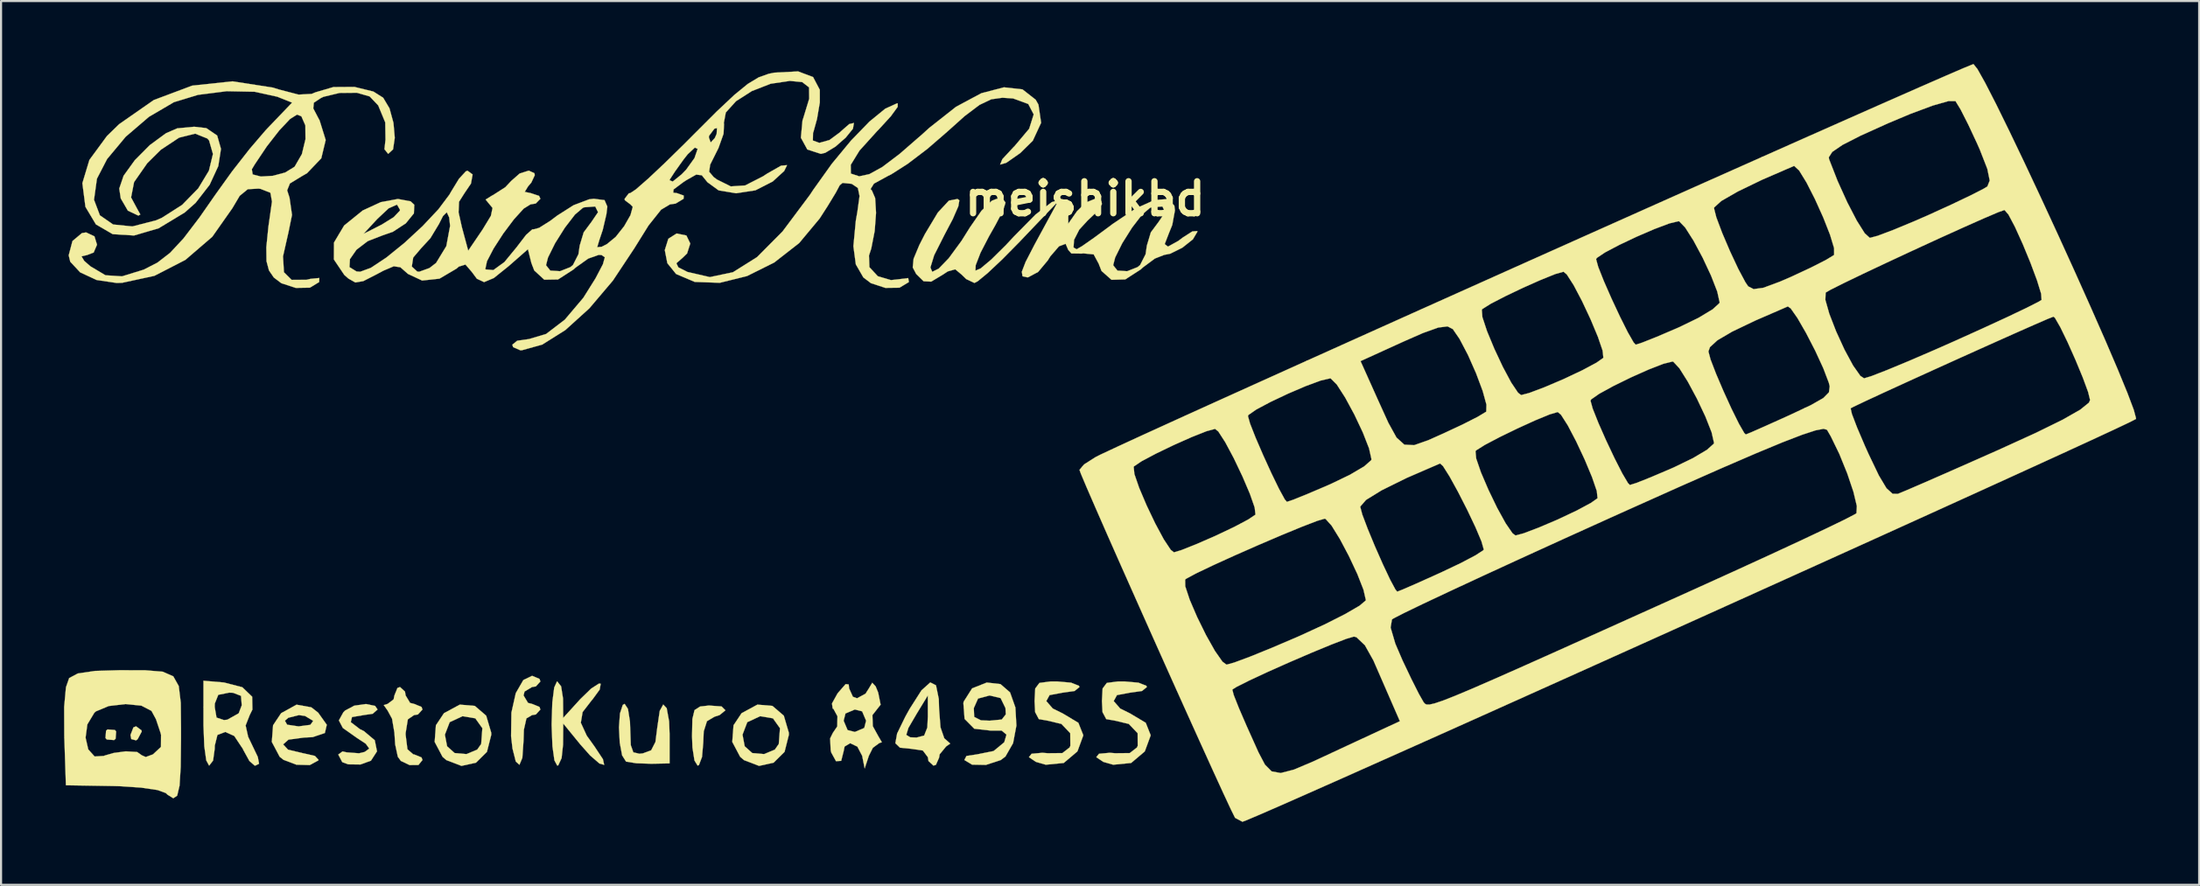
<source format=kicad_pcb>
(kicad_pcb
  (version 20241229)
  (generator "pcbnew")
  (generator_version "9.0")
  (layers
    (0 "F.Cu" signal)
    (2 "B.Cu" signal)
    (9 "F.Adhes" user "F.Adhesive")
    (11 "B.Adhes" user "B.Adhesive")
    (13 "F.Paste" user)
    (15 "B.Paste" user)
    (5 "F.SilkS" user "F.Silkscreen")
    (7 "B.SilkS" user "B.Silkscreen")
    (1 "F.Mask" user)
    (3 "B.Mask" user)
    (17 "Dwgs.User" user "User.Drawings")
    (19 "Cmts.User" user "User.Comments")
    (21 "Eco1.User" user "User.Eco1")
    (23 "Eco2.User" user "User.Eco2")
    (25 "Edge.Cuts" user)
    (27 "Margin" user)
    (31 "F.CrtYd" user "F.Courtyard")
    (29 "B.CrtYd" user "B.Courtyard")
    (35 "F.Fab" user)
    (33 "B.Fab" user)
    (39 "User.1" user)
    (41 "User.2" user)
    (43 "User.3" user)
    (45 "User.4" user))
  (footprint "meishikbd"
    (layer "F.Cu")
    (at 48.615 6.419)
    (property "Reference" "meishikbd" (at 0 0 0) (layer "F.SilkS") (effects (font (size 1.524 1.524) (thickness 0.3))))
    (attr through_hole)
    (fp_poly (pts (xy -46.195 25.307) (xy -46.135 25.377) (xy -46.162 25.727) (xy -46.232 25.787) (xy -46.581 25.76) (xy -46.642 25.69) (xy -46.615 25.341) (xy -46.545 25.28) (xy -46.195 25.307)) (stroke (width 0.01) (type solid)) (fill yes) (layer "F.SilkS"))
    (fp_poly (pts (xy -44.926 25.325) (xy -44.918 25.384) (xy -45.112 25.746) (xy -45.185 25.801) (xy -45.414 25.74) (xy -45.453 25.549) (xy -45.313 25.184) (xy -45.185 25.133) (xy -44.926 25.325)) (stroke (width 0.01) (type solid)) (fill yes) (layer "F.SilkS"))
    (fp_poly (pts (xy -17.311 24.185) (xy -17.124 24.368) (xy -17.399 24.594) (xy -17.646 24.675) (xy -18.004 24.887) (xy -18.158 25.374) (xy -18.181 25.91) (xy -18.239 26.589) (xy -18.384 26.972) (xy -18.448 27.004) (xy -18.598 26.763) (xy -18.695 26.144) (xy -18.715 25.601) (xy -18.698 24.783) (xy -18.596 24.359) (xy -18.332 24.19) (xy -17.913 24.141) (xy -17.311 24.185)) (stroke (width 0.01) (type solid)) (fill yes) (layer "F.SilkS"))
    (fp_poly (pts (xy -25.978 22.873) (xy -25.935 22.994) (xy -26.151 23.231) (xy -26.336 23.261) (xy -26.69 23.475) (xy -26.737 23.662) (xy -26.523 24.017) (xy -26.336 24.063) (xy -25.98 24.208) (xy -25.935 24.331) (xy -26.151 24.568) (xy -26.336 24.598) (xy -26.6 24.755) (xy -26.721 25.291) (xy -26.737 25.801) (xy -26.794 26.634) (xy -26.933 26.965) (xy -27.106 26.81) (xy -27.264 26.186) (xy -27.331 25.601) (xy -27.315 24.48) (xy -27.107 23.55) (xy -26.748 22.928) (xy -26.329 22.726) (xy -25.978 22.873)) (stroke (width 0.01) (type solid)) (fill yes) (layer "F.SilkS"))
    (fp_poly (pts (xy -29.058 24.159) (xy -28.516 24.625) (xy -28.276 25.437) (xy -28.274 25.534) (xy -28.48 26.348) (xy -29.001 26.864) (xy -29.694 27.017) (xy -30.413 26.741) (xy -30.595 26.584) (xy -30.969 25.875) (xy -30.943 25.53) (xy -30.483 25.53) (xy -30.377 26.084) (xy -30.016 26.407) (xy -29.455 26.455) (xy -28.944 26.243) (xy -28.754 25.972) (xy -28.698 25.222) (xy -29.033 24.752) (xy -29.643 24.65) (xy -30.254 24.935) (xy -30.483 25.53) (xy -30.943 25.53) (xy -30.91 25.082) (xy -30.526 24.506) (xy -29.772 24.099) (xy -29.058 24.159)) (stroke (width 0.01) (type solid)) (fill yes) (layer "F.SilkS"))
    (fp_poly (pts (xy -21.766 24.302) (xy -21.67 24.908) (xy -21.657 25.285) (xy -21.631 26.03) (xy -21.509 26.371) (xy -21.22 26.439) (xy -21.055 26.421) (xy -20.66 26.273) (xy -20.457 25.876) (xy -20.371 25.199) (xy -20.253 24.396) (xy -20.086 24.093) (xy -19.921 24.268) (xy -19.807 24.895) (xy -19.785 25.481) (xy -19.785 26.898) (xy -20.654 26.915) (xy -21.365 26.892) (xy -21.856 26.813) (xy -21.857 26.812) (xy -22.044 26.515) (xy -22.157 25.909) (xy -22.193 25.181) (xy -22.146 24.52) (xy -22.013 24.113) (xy -21.924 24.063) (xy -21.766 24.302)) (stroke (width 0.01) (type solid)) (fill yes) (layer "F.SilkS"))
    (fp_poly (pts (xy -14.888 24.159) (xy -14.345 24.625) (xy -14.106 25.437) (xy -14.104 25.534) (xy -14.309 26.348) (xy -14.831 26.864) (xy -15.523 27.017) (xy -16.243 26.741) (xy -16.424 26.584) (xy -16.799 25.875) (xy -16.773 25.53) (xy -16.312 25.53) (xy -16.207 26.084) (xy -15.845 26.407) (xy -15.285 26.455) (xy -14.773 26.243) (xy -14.584 25.972) (xy -14.527 25.222) (xy -14.862 24.752) (xy -15.472 24.65) (xy -16.084 24.935) (xy -16.312 25.53) (xy -16.773 25.53) (xy -16.739 25.082) (xy -16.355 24.506) (xy -15.602 24.099) (xy -14.888 24.159)) (stroke (width 0.01) (type solid)) (fill yes) (layer "F.SilkS"))
    (fp_poly (pts (xy -33.805 24.159) (xy -33.688 24.331) (xy -33.917 24.532) (xy -34.357 24.598) (xy -34.906 24.691) (xy -34.963 24.933) (xy -34.529 25.266) (xy -34.339 25.36) (xy -33.821 25.796) (xy -33.715 26.324) (xy -34.003 26.769) (xy -34.501 26.95) (xy -35.085 26.943) (xy -35.369 26.838) (xy -35.559 26.477) (xy -35.355 26.328) (xy -35.159 26.373) (xy -34.569 26.417) (xy -34.305 26.353) (xy -34.083 26.193) (xy -34.25 25.962) (xy -34.706 25.66) (xy -35.342 25.21) (xy -35.53 24.85) (xy -35.319 24.467) (xy -35.239 24.384) (xy -34.796 24.148) (xy -34.243 24.07) (xy -33.805 24.159)) (stroke (width 0.01) (type solid)) (fill yes) (layer "F.SilkS"))
    (fp_poly (pts (xy -32.382 23.478) (xy -32.352 23.662) (xy -32.138 24.017) (xy -31.951 24.063) (xy -31.595 24.208) (xy -31.549 24.331) (xy -31.766 24.568) (xy -31.951 24.598) (xy -32.247 24.801) (xy -32.351 25.448) (xy -32.352 25.534) (xy -32.265 26.226) (xy -31.987 26.468) (xy -31.951 26.469) (xy -31.595 26.614) (xy -31.549 26.737) (xy -31.742 26.974) (xy -32.164 26.978) (xy -32.579 26.78) (xy -32.724 26.581) (xy -32.849 25.995) (xy -32.886 25.432) (xy -32.998 24.77) (xy -33.207 24.384) (xy -33.393 24.119) (xy -33.207 24.063) (xy -32.923 23.848) (xy -32.886 23.662) (xy -32.742 23.306) (xy -32.619 23.261) (xy -32.382 23.478)) (stroke (width 0.01) (type solid)) (fill yes) (layer "F.SilkS"))
    (fp_poly (pts (xy -24.948 23.228) (xy -24.859 23.797) (xy -24.857 23.863) (xy -24.85 24.732) (xy -24.036 23.837) (xy -23.521 23.337) (xy -23.15 23.097) (xy -23.063 23.103) (xy -23.113 23.384) (xy -23.451 23.847) (xy -23.483 23.881) (xy -23.925 24.453) (xy -24.01 24.962) (xy -23.728 25.577) (xy -23.363 26.086) (xy -22.958 26.697) (xy -22.898 26.968) (xy -23.122 26.905) (xy -23.569 26.518) (xy -24.028 26.002) (xy -24.847 24.999) (xy -24.856 26.002) (xy -24.925 26.646) (xy -25.084 26.988) (xy -25.133 27.004) (xy -25.267 26.755) (xy -25.361 26.082) (xy -25.4 25.093) (xy -25.4 24.999) (xy -25.367 23.989) (xy -25.277 23.284) (xy -25.145 22.996) (xy -25.133 22.994) (xy -24.948 23.228)) (stroke (width 0.01) (type solid)) (fill yes) (layer "F.SilkS"))
    (fp_poly (pts (xy -0.667 23.053) (xy -0.295 23.201) (xy -0.267 23.261) (xy -0.5 23.449) (xy -1.059 23.528) (xy -1.069 23.528) (xy -1.691 23.645) (xy -1.847 23.929) (xy -1.538 24.285) (xy -1.07 24.516) (xy -0.32 24.965) (xy -0.084 25.56) (xy -0.358 26.308) (xy -0.378 26.338) (xy -1.017 26.878) (xy -1.871 26.961) (xy -2.339 26.827) (xy -2.674 26.602) (xy -2.548 26.44) (xy -2.034 26.393) (xy -1.776 26.414) (xy -1.082 26.407) (xy -0.738 26.14) (xy -0.702 26.059) (xy -0.707 25.461) (xy -1.126 25.019) (xy -1.771 24.865) (xy -2.202 24.789) (xy -2.378 24.457) (xy -2.406 23.929) (xy -2.374 23.33) (xy -2.174 23.064) (xy -1.652 22.996) (xy -1.337 22.994) (xy -0.667 23.053)) (stroke (width 0.01) (type solid)) (fill yes) (layer "F.SilkS"))
    (fp_poly (pts (xy 2.541 23.053) (xy 2.914 23.201) (xy 2.941 23.261) (xy 2.709 23.449) (xy 2.149 23.528) (xy 2.139 23.528) (xy 1.518 23.645) (xy 1.362 23.929) (xy 1.671 24.285) (xy 2.138 24.516) (xy 2.888 24.965) (xy 3.124 25.56) (xy 2.85 26.308) (xy 2.831 26.338) (xy 2.192 26.878) (xy 1.337 26.961) (xy 0.869 26.827) (xy 0.534 26.602) (xy 0.661 26.44) (xy 1.175 26.393) (xy 1.432 26.414) (xy 2.126 26.407) (xy 2.47 26.14) (xy 2.506 26.059) (xy 2.502 25.461) (xy 2.082 25.019) (xy 1.438 24.865) (xy 1.007 24.789) (xy 0.83 24.457) (xy 0.802 23.929) (xy 0.834 23.33) (xy 1.034 23.064) (xy 1.556 22.996) (xy 1.872 22.994) (xy 2.541 23.053)) (stroke (width 0.01) (type solid)) (fill yes) (layer "F.SilkS"))
    (fp_poly (pts (xy -36.842 24.227) (xy -36.515 24.483) (xy -36.106 25.058) (xy -36.197 25.451) (xy -36.779 25.647) (xy -37.186 25.667) (xy -37.928 25.766) (xy -38.184 25.992) (xy -37.952 26.243) (xy -37.231 26.417) (xy -37.205 26.42) (xy -36.67 26.543) (xy -36.496 26.731) (xy -36.506 26.754) (xy -36.916 26.978) (xy -37.55 26.961) (xy -38.166 26.728) (xy -38.348 26.584) (xy -38.723 25.875) (xy -38.663 25.082) (xy -38.519 24.865) (xy -38.1 24.865) (xy -37.994 25.054) (xy -37.471 25.132) (xy -37.432 25.133) (xy -36.888 25.061) (xy -36.756 24.878) (xy -36.763 24.865) (xy -37.141 24.638) (xy -37.432 24.598) (xy -37.937 24.724) (xy -38.1 24.865) (xy -38.519 24.865) (xy -38.279 24.506) (xy -37.546 24.101) (xy -36.842 24.227)) (stroke (width 0.01) (type solid)) (fill yes) (layer "F.SilkS"))
    (fp_poly (pts (xy -7.099 23.179) (xy -6.966 23.829) (xy -6.952 24.308) (xy -6.885 25.18) (xy -6.705 25.702) (xy -6.617 25.779) (xy -6.421 25.954) (xy -6.617 26.091) (xy -6.925 26.466) (xy -6.952 26.625) (xy -7.103 26.967) (xy -7.219 27.004) (xy -7.456 26.788) (xy -7.486 26.603) (xy -7.725 26.285) (xy -8.288 26.202) (xy -8.814 26.15) (xy -9.034 25.937) (xy -8.962 25.54) (xy -8.514 25.54) (xy -8.328 25.655) (xy -8.021 25.667) (xy -7.662 25.571) (xy -7.511 25.188) (xy -7.487 24.665) (xy -7.488 23.662) (xy -8.022 24.538) (xy -8.412 25.206) (xy -8.514 25.54) (xy -8.962 25.54) (xy -8.951 25.478) (xy -8.568 24.689) (xy -8.355 24.303) (xy -7.789 23.416) (xy -7.371 23.041) (xy -7.099 23.179)) (stroke (width 0.01) (type solid)) (fill yes) (layer "F.SilkS"))
    (fp_poly (pts (xy -4.029 23.121) (xy -3.572 23.517) (xy -3.319 24.234) (xy -3.271 25.097) (xy -3.428 25.933) (xy -3.792 26.569) (xy -4.015 26.739) (xy -4.722 26.97) (xy -5.381 26.958) (xy -5.748 26.737) (xy -5.648 26.544) (xy -5.149 26.469) (xy -4.355 26.309) (xy -3.849 25.892) (xy -3.743 25.527) (xy -3.973 25.335) (xy -4.494 25.335) (xy -5.275 25.247) (xy -5.738 24.779) (xy -5.777 24.264) (xy -5.299 24.264) (xy -5.28 24.684) (xy -4.96 24.846) (xy -4.545 24.865) (xy -3.967 24.808) (xy -3.776 24.563) (xy -3.791 24.264) (xy -4.023 23.787) (xy -4.545 23.662) (xy -5.096 23.809) (xy -5.299 24.264) (xy -5.777 24.264) (xy -5.795 24.027) (xy -5.778 23.951) (xy -5.38 23.324) (xy -4.68 23.047) (xy -4.029 23.121)) (stroke (width 0.01) (type solid)) (fill yes) (layer "F.SilkS"))
    (fp_poly (pts (xy -41.001 23.044) (xy -40.127 23.27) (xy -39.658 23.722) (xy -39.647 24.334) (xy -39.778 24.601) (xy -39.97 25.091) (xy -39.85 25.631) (xy -39.709 25.925) (xy -39.39 26.592) (xy -39.33 26.914) (xy -39.509 27.004) (xy -39.538 27.004) (xy -39.791 26.783) (xy -40.086 26.247) (xy -40.105 26.202) (xy -40.512 25.591) (xy -40.94 25.4) (xy -41.312 25.542) (xy -41.439 26.051) (xy -41.442 26.202) (xy -41.52 26.765) (xy -41.706 27.004) (xy -41.709 27.004) (xy -41.844 26.755) (xy -41.938 26.08) (xy -41.977 25.088) (xy -41.977 24.983) (xy -41.977 24.215) (xy -41.442 24.215) (xy -41.355 24.716) (xy -41.002 24.834) (xy -40.841 24.817) (xy -40.3 24.513) (xy -40.154 24.13) (xy -40.189 23.681) (xy -40.571 23.534) (xy -40.755 23.528) (xy -41.272 23.631) (xy -41.437 24.046) (xy -41.442 24.215) (xy -41.977 24.215) (xy -41.977 22.961) (xy -41.001 23.044)) (stroke (width 0.01) (type solid)) (fill yes) (layer "F.SilkS"))
    (fp_poly (pts (xy -9.972 23.231) (xy -9.852 23.524) (xy -9.736 24.102) (xy -9.878 24.281) (xy -10.126 24.598) (xy -10.108 25.126) (xy -9.839 25.614) (xy -9.678 25.889) (xy -9.808 25.935) (xy -10.106 26.157) (xy -10.296 26.536) (xy -10.495 27.138) (xy -10.614 26.536) (xy -10.843 26.099) (xy -11.185 25.936) (xy -11.451 26.094) (xy -11.497 26.32) (xy -11.613 26.777) (xy -11.859 26.793) (xy -12.086 26.381) (xy -12.113 26.266) (xy -12.139 25.707) (xy -12.01 25.445) (xy -11.8 25.137) (xy -11.795 24.865) (xy -11.497 24.865) (xy -11.308 25.312) (xy -10.962 25.4) (xy -10.515 25.211) (xy -10.427 24.865) (xy -10.616 24.418) (xy -10.962 24.331) (xy -11.409 24.52) (xy -11.497 24.865) (xy -11.795 24.865) (xy -11.791 24.652) (xy -11.979 24.305) (xy -12.018 24.286) (xy -12.052 24.044) (xy -11.793 23.576) (xy -11.757 23.528) (xy -11.402 23.121) (xy -11.256 23.137) (xy -11.235 23.328) (xy -11.056 23.724) (xy -10.857 23.796) (xy -10.455 23.578) (xy -10.296 23.328) (xy -10.134 23.056) (xy -9.972 23.231)) (stroke (width 0.01) (type solid)) (fill yes) (layer "F.SilkS"))
    (fp_poly (pts (xy -44.745 22.462) (xy -43.918 22.53) (xy -43.414 22.751) (xy -43.154 23.214) (xy -43.058 24.008) (xy -43.046 25.219) (xy -43.046 25.696) (xy -43.061 27.064) (xy -43.116 27.957) (xy -43.229 28.435) (xy -43.415 28.559) (xy -43.692 28.387) (xy -43.772 28.31) (xy -44.166 28.167) (xy -44.949 28.052) (xy -45.977 27.984) (xy -46.299 27.976) (xy -48.527 27.94) (xy -48.602 25.672) (xy -47.591 25.672) (xy -47.463 26.231) (xy -47.158 26.57) (xy -46.711 26.542) (xy -46.679 26.524) (xy -46.25 26.401) (xy -45.676 26.324) (xy -45.134 26.356) (xy -44.918 26.51) (xy -44.725 26.595) (xy -44.381 26.468) (xy -44.002 26.113) (xy -43.997 25.541) (xy -44.017 25.456) (xy -44.239 24.792) (xy -44.453 24.397) (xy -44.934 24.147) (xy -45.688 24.072) (xy -46.485 24.165) (xy -47.096 24.419) (xy -47.171 24.483) (xy -47.506 25.04) (xy -47.591 25.672) (xy -48.602 25.672) (xy -48.605 25.574) (xy -48.61 24.209) (xy -48.524 23.271) (xy -48.372 22.834) (xy -47.96 22.614) (xy -47.135 22.493) (xy -45.976 22.459) (xy -44.745 22.462)) (stroke (width 0.01) (type solid)) (fill yes) (layer "F.SilkS"))
    (fp_poly (pts (xy -2.981 -5.211) (xy -2.354 -4.72) (xy -2.221 -4.485) (xy -2.094 -3.62) (xy -2.49 -2.765) (xy -3.089 -2.176) (xy -3.753 -1.713) (xy -4.046 -1.627) (xy -3.941 -1.885) (xy -3.412 -2.456) (xy -3.361 -2.505) (xy -2.662 -3.336) (xy -2.447 -4.02) (xy -2.706 -4.515) (xy -3.428 -4.78) (xy -3.937 -4.813) (xy -4.468 -4.739) (xy -5.03 -4.471) (xy -5.735 -3.938) (xy -6.571 -3.189) (xy -7.507 -2.379) (xy -8.448 -1.663) (xy -9.228 -1.166) (xy -9.397 -1.082) (xy -10.054 -0.722) (xy -10.215 -0.461) (xy -10.152 -0.396) (xy -9.996 -0.032) (xy -9.954 0.671) (xy -10.018 1.532) (xy -10.181 2.369) (xy -10.29 2.706) (xy -10.27 3.258) (xy -9.869 3.69) (xy -9.242 3.875) (xy -8.898 3.838) (xy -8.422 3.778) (xy -8.391 3.96) (xy -8.398 3.972) (xy -8.837 4.237) (xy -9.51 4.245) (xy -10.197 4.021) (xy -10.558 3.747) (xy -10.916 3.126) (xy -11.032 2.26) (xy -10.916 1.042) (xy -10.84 0.606) (xy -10.739 -0.13) (xy -10.819 -0.515) (xy -11.113 -0.712) (xy -11.547 -0.756) (xy -11.683 -0.643) (xy -11.867 -0.296) (xy -12.254 0.342) (xy -12.639 0.941) (xy -13.614 2.11) (xy -14.802 3.037) (xy -16.097 3.682) (xy -17.393 4.003) (xy -18.585 3.961) (xy -19.474 3.584) (xy -19.89 3.069) (xy -20.012 2.445) (xy -19.843 1.905) (xy -19.45 1.654) (xy -18.983 1.75) (xy -18.799 2.132) (xy -18.95 2.603) (xy -19.147 2.797) (xy -19.46 3.072) (xy -19.366 3.268) (xy -18.934 3.486) (xy -17.866 3.732) (xy -16.767 3.5) (xy -15.618 2.778) (xy -14.404 1.555) (xy -13.107 -0.18) (xy -12.939 -0.433) (xy -12.059 -1.666) (xy -11.143 -2.774) (xy -10.269 -3.676) (xy -9.515 -4.292) (xy -8.96 -4.543) (xy -8.921 -4.545) (xy -8.924 -4.377) (xy -9.248 -3.932) (xy -9.823 -3.304) (xy -9.905 -3.221) (xy -10.741 -2.296) (xy -11.159 -1.615) (xy -11.153 -1.2) (xy -10.754 -1.069) (xy -10.273 -1.173) (xy -9.654 -1.514) (xy -8.826 -2.141) (xy -7.722 -3.102) (xy -7.414 -3.382) (xy -6.146 -4.381) (xy -4.942 -5.027) (xy -3.865 -5.309) (xy -2.981 -5.211)) (stroke (width 0.01) (type solid)) (fill yes) (layer "F.SilkS"))
    (fp_poly (pts (xy 0.77 0.106) (xy 0.802 0.248) (xy 0.611 0.571) (xy 0.151 1.008) (xy 0.134 1.022) (xy -0.276 1.468) (xy -0.526 1.958) (xy -0.55 2.32) (xy -0.404 2.406) (xy -0.143 2.256) (xy 0.425 1.859) (xy 1.186 1.297) (xy 1.309 1.203) (xy 2.412 0.462) (xy 3.303 0.062) (xy 3.931 0.013) (xy 4.249 0.326) (xy 4.278 0.552) (xy 4.15 1.248) (xy 3.989 1.645) (xy 3.791 2.159) (xy 3.947 2.28) (xy 4.442 2.005) (xy 4.638 1.856) (xy 5.106 1.556) (xy 5.341 1.538) (xy 5.347 1.57) (xy 5.132 1.933) (xy 4.629 2.332) (xy 4.052 2.618) (xy 3.765 2.674) (xy 3.324 2.847) (xy 2.748 3.274) (xy 2.647 3.368) (xy 1.914 3.841) (xy 1.258 3.86) (xy 0.782 3.439) (xy 0.676 3.165) (xy 1.337 3.165) (xy 1.541 3.422) (xy 2.004 3.451) (xy 2.501 3.255) (xy 2.62 3.155) (xy 2.881 2.641) (xy 2.941 2.23) (xy 3.13 1.6) (xy 3.496 1.108) (xy 3.814 0.64) (xy 3.68 0.367) (xy 3.163 0.406) (xy 3.092 0.432) (xy 2.715 0.753) (xy 2.234 1.378) (xy 1.767 2.121) (xy 1.431 2.799) (xy 1.337 3.165) (xy 0.676 3.165) (xy 0.65 3.098) (xy 0.409 2.65) (xy -0.091 2.601) (xy -0.152 2.612) (xy -0.652 2.605) (xy -0.802 2.437) (xy -0.927 2.146) (xy -1.242 2.264) (xy -1.657 2.745) (xy -1.78 2.941) (xy -2.235 3.485) (xy -2.711 3.74) (xy -2.754 3.743) (xy -2.979 3.692) (xy -3.013 3.478) (xy -2.832 3.008) (xy -2.41 2.191) (xy -2.273 1.938) (xy -1.293 0.134) (xy -3.141 2.072) (xy -3.949 2.891) (xy -4.638 3.539) (xy -5.116 3.932) (xy -5.27 4.011) (xy -5.659 3.826) (xy -5.878 3.614) (xy -6.182 3.36) (xy -6.54 3.461) (xy -6.772 3.614) (xy -7.329 3.948) (xy -7.69 3.929) (xy -8.043 3.583) (xy -8.206 3.272) (xy -8.166 2.859) (xy -7.893 2.205) (xy -7.628 1.685) (xy -7.01 0.655) (xy -6.484 0.089) (xy -6.074 0.01) (xy -5.987 0.074) (xy -6.036 0.359) (xy -6.301 0.968) (xy -6.699 1.723) (xy -7.187 2.691) (xy -7.365 3.272) (xy -7.278 3.481) (xy -6.972 3.33) (xy -6.492 2.833) (xy -5.883 2.003) (xy -5.481 1.361) (xy -4.934 0.571) (xy -4.442 0.095) (xy -4.211 0.005) (xy -3.897 0.032) (xy -3.788 0.184) (xy -3.904 0.556) (xy -4.264 1.241) (xy -4.574 1.788) (xy -4.979 2.57) (xy -5.209 3.165) (xy -5.221 3.424) (xy -4.975 3.321) (xy -4.465 2.893) (xy -3.782 2.218) (xy -3.388 1.796) (xy -2.358 0.751) (xy -1.584 0.158) (xy -1.071 0.017) (xy -0.825 0.333) (xy -0.802 0.594) (xy -0.802 1.188) (xy -0.386 0.594) (xy 0.042 0.177) (xy 0.484 -0.002) (xy 0.77 0.106)) (stroke (width 0.01) (type solid)) (fill yes) (layer "F.SilkS"))
    (fp_poly (pts (xy -38.674 -5.297) (xy -38.378 -5.204) (xy -37.45 -4.962) (xy -36.822 -4.996) (xy -36.648 -5.07) (xy -35.788 -5.322) (xy -34.791 -5.329) (xy -33.887 -5.108) (xy -33.421 -4.813) (xy -33.12 -4.308) (xy -32.931 -3.613) (xy -32.869 -2.904) (xy -32.95 -2.354) (xy -33.183 -2.139) (xy -33.36 -2.359) (xy -33.31 -2.813) (xy -33.322 -3.637) (xy -33.658 -4.448) (xy -34.063 -4.875) (xy -34.67 -5.05) (xy -35.495 -5.042) (xy -36.26 -4.859) (xy -36.387 -4.799) (xy -36.722 -4.576) (xy -36.749 -4.304) (xy -36.479 -3.788) (xy -36.449 -3.736) (xy -36.158 -2.8) (xy -36.368 -1.927) (xy -37.046 -1.218) (xy -37.323 -1.058) (xy -37.862 -0.728) (xy -37.993 -0.402) (xy -37.88 -0.054) (xy -37.762 0.77) (xy -37.925 1.57) (xy -38.19 2.744) (xy -38.146 3.499) (xy -37.779 3.863) (xy -37.077 3.862) (xy -36.881 3.816) (xy -36.462 3.775) (xy -36.47 3.968) (xy -36.91 4.235) (xy -37.584 4.246) (xy -38.27 4.022) (xy -38.628 3.751) (xy -38.858 3.415) (xy -38.976 2.972) (xy -38.984 2.312) (xy -38.885 1.328) (xy -38.715 0.134) (xy -38.789 -0.286) (xy -39.258 -0.471) (xy -39.356 -0.484) (xy -39.868 -0.455) (xy -40.251 -0.142) (xy -40.602 0.451) (xy -41.558 1.811) (xy -42.839 2.912) (xy -44.313 3.671) (xy -45.849 4.003) (xy -46.11 4.011) (xy -47.063 3.87) (xy -47.848 3.506) (xy -48.32 2.999) (xy -48.394 2.696) (xy -48.215 2.014) (xy -47.762 1.635) (xy -47.563 1.604) (xy -47.168 1.79) (xy -47.046 2.188) (xy -47.205 2.561) (xy -47.525 2.683) (xy -47.786 2.74) (xy -47.656 2.958) (xy -47.361 3.217) (xy -46.643 3.644) (xy -45.857 3.696) (xy -44.841 3.383) (xy -44.813 3.372) (xy -44.169 3.042) (xy -43.567 2.576) (xy -42.926 1.887) (xy -42.167 0.891) (xy -41.398 -0.213) (xy -40.62 -1.297) (xy -40.537 -1.404) (xy -39.675 -1.404) (xy -39.633 -1.159) (xy -39.245 -1.059) (xy -38.675 -1.093) (xy -38.087 -1.25) (xy -37.648 -1.519) (xy -37.632 -1.537) (xy -37.291 -2.128) (xy -37.12 -2.837) (xy -37.126 -3.495) (xy -37.316 -3.929) (xy -37.52 -4.011) (xy -37.853 -3.802) (xy -38.367 -3.257) (xy -38.961 -2.495) (xy -39.537 -1.635) (xy -39.675 -1.404) (xy -40.537 -1.404) (xy -39.773 -2.381) (xy -39.022 -3.258) (xy -38.914 -3.373) (xy -37.757 -4.581) (xy -38.463 -4.862) (xy -39.539 -5.098) (xy -40.873 -5.124) (xy -42.239 -4.95) (xy -43.385 -4.601) (xy -44.573 -3.904) (xy -45.682 -2.953) (xy -46.565 -1.894) (xy -47.05 -0.957) (xy -47.189 0.048) (xy -46.909 0.789) (xy -46.278 1.226) (xy -45.362 1.318) (xy -44.229 1.026) (xy -43.953 0.904) (xy -42.994 0.292) (xy -42.229 -0.491) (xy -41.718 -1.336) (xy -41.525 -2.134) (xy -41.71 -2.777) (xy -41.791 -2.87) (xy -42.37 -3.102) (xy -43.138 -2.911) (xy -44.008 -2.334) (xy -44.652 -1.696) (xy -45.282 -0.793) (xy -45.424 -0.062) (xy -45.132 0.481) (xy -44.983 0.749) (xy -45.078 0.802) (xy -45.577 0.566) (xy -45.915 -0.016) (xy -45.987 -0.486) (xy -45.78 -1.097) (xy -45.248 -1.835) (xy -44.531 -2.557) (xy -43.765 -3.12) (xy -43.229 -3.354) (xy -42.42 -3.431) (xy -41.843 -3.366) (xy -41.325 -3.013) (xy -41.144 -2.375) (xy -41.272 -1.557) (xy -41.683 -0.666) (xy -42.349 0.192) (xy -42.869 0.654) (xy -44.112 1.406) (xy -45.279 1.749) (xy -46.298 1.686) (xy -47.098 1.221) (xy -47.597 0.385) (xy -47.743 -0.743) (xy -47.408 -1.852) (xy -46.574 -2.988) (xy -45.995 -3.552) (xy -44.345 -4.702) (xy -42.515 -5.389) (xy -40.595 -5.594) (xy -38.674 -5.297)) (stroke (width 0.01) (type solid)) (fill yes) (layer "F.SilkS"))
    (fp_poly (pts (xy -12.951 -5.798) (xy -12.632 -5.191) (xy -12.631 -4.589) (xy -12.765 -3.8) (xy -12.935 -3.183) (xy -12.953 -3.142) (xy -12.962 -2.775) (xy -12.652 -2.663) (xy -12.171 -2.798) (xy -11.664 -3.172) (xy -11.629 -3.21) (xy -11.231 -3.558) (xy -11.007 -3.61) (xy -11.054 -3.336) (xy -11.397 -2.913) (xy -11.886 -2.484) (xy -12.369 -2.191) (xy -12.58 -2.139) (xy -13.225 -2.347) (xy -13.532 -2.909) (xy -13.455 -3.73) (xy -13.416 -3.847) (xy -13.136 -4.766) (xy -13.143 -5.306) (xy -13.47 -5.559) (xy -14.054 -5.615) (xy -14.971 -5.48) (xy -15.867 -5.131) (xy -16.621 -4.648) (xy -17.107 -4.11) (xy -17.203 -3.6) (xy -17.192 -3.566) (xy -17.214 -3.097) (xy -17.456 -2.417) (xy -17.545 -2.239) (xy -17.852 -1.625) (xy -17.9 -1.288) (xy -17.685 -1.035) (xy -17.528 -0.917) (xy -16.871 -0.589) (xy -16.186 -0.635) (xy -15.33 -1.072) (xy -15.144 -1.195) (xy -14.475 -1.576) (xy -14.191 -1.601) (xy -14.328 -1.321) (xy -14.875 -0.822) (xy -15.696 -0.403) (xy -16.616 -0.262) (xy -17.448 -0.4) (xy -17.981 -0.788) (xy -18.249 -1.119) (xy -18.517 -1.152) (xy -18.983 -0.887) (xy -19.132 -0.79) (xy -19.595 -0.443) (xy -19.608 -0.289) (xy -19.435 -0.269) (xy -19.11 -0.153) (xy -19.117 0) (xy -19.497 0.23) (xy -19.765 0.267) (xy -20.187 0.519) (xy -20.785 1.271) (xy -21.467 2.366) (xy -22.484 3.899) (xy -23.604 5.22) (xy -24.751 6.258) (xy -25.848 6.947) (xy -26.82 7.217) (xy -26.888 7.219) (xy -27.232 7.069) (xy -27.272 6.952) (xy -27.039 6.763) (xy -26.481 6.684) (xy -26.478 6.684) (xy -25.663 6.441) (xy -24.773 5.76) (xy -23.891 4.718) (xy -23.311 3.792) (xy -22.959 3.12) (xy -22.867 2.789) (xy -23.021 2.681) (xy -23.162 2.674) (xy -23.657 2.849) (xy -24.263 3.281) (xy -24.358 3.368) (xy -25.095 3.844) (xy -25.75 3.855) (xy -26.228 3.415) (xy -26.323 3.165) (xy -25.667 3.165) (xy -25.463 3.422) (xy -25 3.451) (xy -24.503 3.255) (xy -24.384 3.155) (xy -24.123 2.641) (xy -24.063 2.23) (xy -23.874 1.6) (xy -23.508 1.108) (xy -23.19 0.64) (xy -23.324 0.367) (xy -23.841 0.406) (xy -23.912 0.432) (xy -24.289 0.753) (xy -24.77 1.378) (xy -25.237 2.121) (xy -25.573 2.799) (xy -25.667 3.165) (xy -26.323 3.165) (xy -26.365 3.055) (xy -26.528 2.403) (xy -27.444 3.207) (xy -28.151 3.775) (xy -28.615 3.97) (xy -28.959 3.81) (xy -29.199 3.487) (xy -29.502 3.134) (xy -29.815 3.23) (xy -29.936 3.332) (xy -30.74 3.806) (xy -31.567 3.895) (xy -32.243 3.579) (xy -32.262 3.561) (xy -32.601 3.263) (xy -32.823 3.23) (xy -32.058 3.23) (xy -31.798 3.467) (xy -31.702 3.476) (xy -31.216 3.3) (xy -30.901 3.056) (xy -30.414 2.256) (xy -30.234 1.289) (xy -30.277 0.89) (xy -30.392 0.643) (xy -30.575 0.827) (xy -30.765 1.203) (xy -31.174 1.88) (xy -31.612 2.355) (xy -31.991 2.8) (xy -32.058 3.23) (xy -32.823 3.23) (xy -32.917 3.216) (xy -33.41 3.426) (xy -33.733 3.599) (xy -34.368 3.923) (xy -34.746 3.988) (xy -35.077 3.8) (xy -35.271 3.629) (xy -35.767 2.893) (xy -35.763 2.086) (xy -35.517 1.672) (xy -34.357 1.672) (xy -33.488 1.23) (xy -32.917 0.875) (xy -32.628 0.569) (xy -32.619 0.528) (xy -32.761 0.278) (xy -33.16 0.455) (xy -33.709 0.97) (xy -34.357 1.672) (xy -35.517 1.672) (xy -35.279 1.274) (xy -34.396 0.559) (xy -33.533 0.161) (xy -32.719 0.01) (xy -32.114 0.123) (xy -31.94 0.284) (xy -31.958 0.697) (xy -32.342 1.17) (xy -32.96 1.574) (xy -33.452 1.745) (xy -34.154 2.017) (xy -34.693 2.429) (xy -35.004 2.876) (xy -35.025 3.256) (xy -34.69 3.463) (xy -34.513 3.476) (xy -34.006 3.29) (xy -33.266 2.798) (xy -32.407 2.102) (xy -31.544 1.303) (xy -30.791 0.502) (xy -30.264 -0.201) (xy -30.189 -0.334) (xy -29.81 -0.954) (xy -29.485 -1.306) (xy -29.405 -1.337) (xy -29.162 -1.158) (xy -29.241 -0.723) (xy -29.562 -0.248) (xy -29.809 0.143) (xy -29.831 0.646) (xy -29.676 1.344) (xy -29.372 2.473) (xy -28.692 1.472) (xy -28.292 0.814) (xy -28.213 0.437) (xy -28.369 0.25) (xy -28.543 0.038) (xy -28.229 -0.158) (xy -28.2 -0.169) (xy -27.604 -0.551) (xy -27.323 -0.851) (xy -26.922 -1.203) (xy -26.488 -1.341) (xy -26.22 -1.218) (xy -26.202 -1.123) (xy -26.369 -0.768) (xy -26.523 -0.588) (xy -26.68 -0.329) (xy -26.389 -0.267) (xy -26 -0.138) (xy -25.935 0) (xy -26.156 0.226) (xy -26.407 0.267) (xy -26.73 0.468) (xy -27.193 0.977) (xy -27.703 1.657) (xy -28.163 2.369) (xy -28.479 2.976) (xy -28.556 3.34) (xy -28.539 3.367) (xy -28.174 3.397) (xy -27.648 3.015) (xy -27.048 2.286) (xy -27.032 2.262) (xy -26.615 1.719) (xy -26.318 1.456) (xy -26.26 1.457) (xy -25.994 1.385) (xy -25.466 1.052) (xy -25.124 0.795) (xy -24.356 0.307) (xy -23.619 0.028) (xy -23.393 0) (xy -22.881 0.065) (xy -22.748 0.372) (xy -22.792 0.735) (xy -22.966 1.482) (xy -23.13 1.97) (xy -23.23 2.307) (xy -23.016 2.287) (xy -22.77 2.162) (xy -22.35 1.817) (xy -21.946 1.306) (xy -21.646 0.78) (xy -21.537 0.386) (xy -21.65 0.267) (xy -21.915 0.068) (xy -21.924 0) (xy -21.723 -0.26) (xy -21.659 -0.267) (xy -21.387 -0.448) (xy -20.888 -0.884) (xy -19.785 -0.884) (xy -19.635 -0.821) (xy -19.212 -1.162) (xy -18.994 -1.387) (xy -18.598 -1.939) (xy -18.448 -2.375) (xy -18.581 -2.438) (xy -18.92 -2.121) (xy -19.117 -1.872) (xy -19.529 -1.295) (xy -19.764 -0.933) (xy -19.785 -0.884) (xy -20.888 -0.884) (xy -20.816 -0.946) (xy -20.021 -1.694) (xy -19.074 -2.622) (xy -18.772 -2.925) (xy -17.914 -2.925) (xy -17.828 -2.682) (xy -17.631 -2.894) (xy -17.544 -3.089) (xy -17.526 -3.365) (xy -17.649 -3.34) (xy -17.904 -2.998) (xy -17.914 -2.925) (xy -18.772 -2.925) (xy -18.651 -3.047) (xy -17.534 -4.164) (xy -16.698 -4.95) (xy -16.063 -5.469) (xy -15.546 -5.782) (xy -15.067 -5.953) (xy -14.792 -6.008) (xy -13.665 -6.067) (xy -12.951 -5.798)) (stroke (width 0.01) (type solid)) (fill yes) (layer "F.SilkS"))
    (fp_poly (pts (xy 42.487 -6.18) (xy 42.855 -5.524) (xy 43.373 -4.514) (xy 44.009 -3.218) (xy 44.733 -1.705) (xy 45.513 -0.042) (xy 46.318 1.702) (xy 47.117 3.459) (xy 47.879 5.161) (xy 48.573 6.739) (xy 49.167 8.127) (xy 49.63 9.255) (xy 49.931 10.055) (xy 50.039 10.46) (xy 50.032 10.492) (xy 49.763 10.631) (xy 49.049 10.97) (xy 47.934 11.488) (xy 46.46 12.166) (xy 44.67 12.984) (xy 42.608 13.924) (xy 40.316 14.966) (xy 37.837 16.091) (xy 35.215 17.278) (xy 32.492 18.509) (xy 29.711 19.765) (xy 26.916 21.025) (xy 24.149 22.271) (xy 21.454 23.483) (xy 18.873 24.642) (xy 16.45 25.728) (xy 14.226 26.721) (xy 12.247 27.604) (xy 10.553 28.355) (xy 9.19 28.957) (xy 8.198 29.388) (xy 7.623 29.631) (xy 7.491 29.678) (xy 7.145 29.494) (xy 7.134 29.477) (xy 6.949 29.104) (xy 6.587 28.328) (xy 6.079 27.219) (xy 5.456 25.846) (xy 4.749 24.28) (xy 4.345 23.382) (xy 7.009 23.382) (xy 7.077 23.642) (xy 7.325 24.269) (xy 7.705 25.148) (xy 7.872 25.518) (xy 8.255 26.371) (xy 8.562 26.955) (xy 8.884 27.28) (xy 9.314 27.357) (xy 9.943 27.195) (xy 10.863 26.806) (xy 12.165 26.2) (xy 12.504 26.042) (xy 14.989 24.888) (xy 14.605 24.008) (xy 14.246 23.183) (xy 13.83 22.229) (xy 13.728 21.994) (xy 13.323 21.271) (xy 12.919 20.887) (xy 12.8 20.857) (xy 12.443 20.961) (xy 11.728 21.236) (xy 10.781 21.627) (xy 9.729 22.08) (xy 8.698 22.539) (xy 7.816 22.95) (xy 7.207 23.256) (xy 7.009 23.382) (xy 4.345 23.382) (xy 3.989 22.589) (xy 3.208 20.843) (xy 2.436 19.111) (xy 2.004 18.139) (xy 4.764 18.139) (xy 4.769 18.462) (xy 4.981 19.103) (xy 5.333 19.923) (xy 5.755 20.781) (xy 6.18 21.537) (xy 6.54 22.052) (xy 6.734 22.196) (xy 7.101 22.094) (xy 7.851 21.815) (xy 8.878 21.398) (xy 10.077 20.886) (xy 10.227 20.82) (xy 11.084 20.426) (xy 14.546 20.426) (xy 14.771 21.194) (xy 15.112 21.988) (xy 15.536 22.879) (xy 15.897 23.595) (xy 16.113 23.975) (xy 16.17 24.047) (xy 16.252 24.094) (xy 16.398 24.096) (xy 16.647 24.039) (xy 17.041 23.906) (xy 17.618 23.679) (xy 18.418 23.343) (xy 19.481 22.88) (xy 20.848 22.275) (xy 22.557 21.51) (xy 24.649 20.569) (xy 27.164 19.436) (xy 28.997 18.609) (xy 30.866 17.761) (xy 32.581 16.975) (xy 34.08 16.28) (xy 35.301 15.703) (xy 36.182 15.276) (xy 36.662 15.025) (xy 36.728 14.981) (xy 36.746 14.638) (xy 36.583 13.957) (xy 36.288 13.082) (xy 35.912 12.155) (xy 35.507 11.321) (xy 35.323 11.004) (xy 35.161 10.959) (xy 34.778 11.033) (xy 34.138 11.243) (xy 33.204 11.603) (xy 31.942 12.127) (xy 30.314 12.83) (xy 28.286 13.726) (xy 25.82 14.831) (xy 24.992 15.204) (xy 22.812 16.191) (xy 20.78 17.118) (xy 18.95 17.96) (xy 17.373 18.693) (xy 16.102 19.291) (xy 15.19 19.732) (xy 14.689 19.989) (xy 14.612 20.039) (xy 14.546 20.426) (xy 11.084 20.426) (xy 11.407 20.278) (xy 12.385 19.783) (xy 13.068 19.386) (xy 13.363 19.136) (xy 13.368 19.115) (xy 13.255 18.622) (xy 12.963 17.877) (xy 12.564 17.026) (xy 12.131 16.209) (xy 11.736 15.57) (xy 11.451 15.253) (xy 11.409 15.24) (xy 11.052 15.344) (xy 10.327 15.623) (xy 9.352 16.025) (xy 8.244 16.499) (xy 7.12 16.994) (xy 6.097 17.459) (xy 5.293 17.843) (xy 4.824 18.095) (xy 4.764 18.139) (xy 2.004 18.139) (xy 1.704 17.464) (xy 1.043 15.97) (xy 0.486 14.698) (xy 0.061 13.719) (xy -0.199 13.102) (xy -0.267 12.915) (xy -0.144 12.768) (xy 2.313 12.768) (xy 2.347 13.112) (xy 2.574 13.771) (xy 2.928 14.605) (xy 3.34 15.469) (xy 3.745 16.222) (xy 4.076 16.722) (xy 4.23 16.844) (xy 4.578 16.74) (xy 5.266 16.467) (xy 6.152 16.082) (xy 6.227 16.048) (xy 7.107 15.63) (xy 7.778 15.273) (xy 8.105 15.052) (xy 8.112 15.042) (xy 8.074 14.705) (xy 8.064 14.677) (xy 13.101 14.677) (xy 13.199 15.045) (xy 13.453 15.718) (xy 13.799 16.554) (xy 14.177 17.41) (xy 14.524 18.146) (xy 14.778 18.618) (xy 14.864 18.716) (xy 15.126 18.613) (xy 15.756 18.339) (xy 16.633 17.945) (xy 16.963 17.795) (xy 17.889 17.355) (xy 18.591 16.985) (xy 18.956 16.748) (xy 18.983 16.708) (xy 18.873 16.321) (xy 18.588 15.647) (xy 18.195 14.819) (xy 17.761 13.969) (xy 17.355 13.231) (xy 17.043 12.738) (xy 16.903 12.609) (xy 15.312 13.299) (xy 14.125 13.885) (xy 13.377 14.346) (xy 13.102 14.664) (xy 13.101 14.677) (xy 8.064 14.677) (xy 7.845 14.051) (xy 7.49 13.22) (xy 7.078 12.355) (xy 6.674 11.599) (xy 6.347 11.092) (xy 6.191 10.962) (xy 5.783 11.072) (xy 5.075 11.353) (xy 4.22 11.733) (xy 3.374 12.141) (xy 2.692 12.503) (xy 2.33 12.747) (xy 2.313 12.768) (xy -0.144 12.768) (xy -0.048 12.655) (xy 0.5 12.306) (xy 0.735 12.187) (xy 1.53 11.815) (xy 2.717 11.268) (xy 4.254 10.567) (xy 4.734 10.349) (xy 7.753 10.349) (xy 7.854 10.708) (xy 8.116 11.375) (xy 8.476 12.209) (xy 8.869 13.071) (xy 9.233 13.82) (xy 9.504 14.316) (xy 9.607 14.439) (xy 9.907 14.339) (xy 10.567 14.072) (xy 11.458 13.693) (xy 11.697 13.588) (xy 12.607 13.15) (xy 13.288 12.749) (xy 13.621 12.456) (xy 13.636 12.409) (xy 13.55 12.022) (xy 18.588 12.022) (xy 18.62 12.371) (xy 18.847 13.032) (xy 19.203 13.863) (xy 19.617 14.721) (xy 20.024 15.46) (xy 20.353 15.938) (xy 20.496 16.041) (xy 20.88 15.938) (xy 21.597 15.666) (xy 22.495 15.284) (xy 22.536 15.265) (xy 23.412 14.851) (xy 24.077 14.494) (xy 24.396 14.27) (xy 24.4 14.263) (xy 24.364 13.921) (xy 24.138 13.261) (xy 23.789 12.426) (xy 23.382 11.558) (xy 22.984 10.798) (xy 22.66 10.29) (xy 22.505 10.16) (xy 22.125 10.271) (xy 21.437 10.554) (xy 20.592 10.939) (xy 19.741 11.353) (xy 19.036 11.724) (xy 18.629 11.98) (xy 18.588 12.022) (xy 13.55 12.022) (xy 13.521 11.892) (xy 13.225 11.134) (xy 12.821 10.278) (xy 12.383 9.469) (xy 11.984 8.849) (xy 11.696 8.561) (xy 11.667 8.556) (xy 11.221 8.659) (xy 10.502 8.925) (xy 9.655 9.288) (xy 8.823 9.682) (xy 8.151 10.04) (xy 7.783 10.296) (xy 7.753 10.349) (xy 4.734 10.349) (xy 6.098 9.73) (xy 8.204 8.778) (xy 10.517 7.734) (xy 13.115 7.734) (xy 13.924 9.538) (xy 14.438 10.67) (xy 14.828 11.377) (xy 15.202 11.714) (xy 15.667 11.738) (xy 16.33 11.506) (xy 17.058 11.181) (xy 17.97 10.755) (xy 18.694 10.387) (xy 19.087 10.15) (xy 19.101 10.137) (xy 19.11 9.806) (xy 19.058 9.616) (xy 24.063 9.616) (xy 24.168 9.996) (xy 24.437 10.673) (xy 24.805 11.507) (xy 25.207 12.358) (xy 25.577 13.084) (xy 25.849 13.545) (xy 25.94 13.636) (xy 26.261 13.535) (xy 26.936 13.266) (xy 27.832 12.885) (xy 28.039 12.794) (xy 28.94 12.357) (xy 29.612 11.958) (xy 29.933 11.669) (xy 29.945 11.628) (xy 29.831 11.125) (xy 29.536 10.376) (xy 29.133 9.523) (xy 28.695 8.708) (xy 28.296 8.074) (xy 28.007 7.764) (xy 27.967 7.754) (xy 27.536 7.861) (xy 26.829 8.136) (xy 25.988 8.511) (xy 25.158 8.918) (xy 24.481 9.289) (xy 24.1 9.555) (xy 24.063 9.616) (xy 19.058 9.616) (xy 18.929 9.149) (xy 18.615 8.31) (xy 18.229 7.437) (xy 17.828 6.674) (xy 17.509 6.209) (xy 17.259 6.08) (xy 16.816 6.135) (xy 16.081 6.398) (xy 15.163 6.801) (xy 13.115 7.734) (xy 10.517 7.734) (xy 10.529 7.729) (xy 13.031 6.602) (xy 15.665 5.418) (xy 15.964 5.284) (xy 18.889 5.284) (xy 18.916 5.637) (xy 19.136 6.304) (xy 19.483 7.142) (xy 19.889 8.008) (xy 20.289 8.756) (xy 20.617 9.243) (xy 20.763 9.352) (xy 21.147 9.252) (xy 21.864 8.982) (xy 22.762 8.6) (xy 22.804 8.581) (xy 23.681 8.166) (xy 24.35 7.808) (xy 24.672 7.582) (xy 24.677 7.574) (xy 24.646 7.273) (xy 29.678 7.273) (xy 29.779 7.653) (xy 30.039 8.33) (xy 30.394 9.162) (xy 30.779 10.006) (xy 31.131 10.718) (xy 31.384 11.157) (xy 31.458 11.229) (xy 31.712 11.127) (xy 32.335 10.852) (xy 33.21 10.459) (xy 33.56 10.3) (xy 34.234 9.983) (xy 36.45 9.983) (xy 36.51 10.251) (xy 36.752 10.886) (xy 37.129 11.77) (xy 37.3 12.151) (xy 37.794 13.183) (xy 38.158 13.792) (xy 38.448 14.054) (xy 38.707 14.055) (xy 39.094 13.895) (xy 39.88 13.556) (xy 40.977 13.076) (xy 42.295 12.494) (xy 43.508 11.956) (xy 45.264 11.155) (xy 46.546 10.525) (xy 47.38 10.05) (xy 47.794 9.716) (xy 47.852 9.588) (xy 47.756 9.199) (xy 47.503 8.513) (xy 47.156 7.675) (xy 46.779 6.828) (xy 46.433 6.116) (xy 46.183 5.682) (xy 46.111 5.615) (xy 45.844 5.719) (xy 45.183 6.006) (xy 44.218 6.433) (xy 43.039 6.96) (xy 41.739 7.545) (xy 40.407 8.148) (xy 39.135 8.727) (xy 38.013 9.241) (xy 37.134 9.649) (xy 36.587 9.91) (xy 36.45 9.983) (xy 34.234 9.983) (xy 34.557 9.831) (xy 35.147 9.495) (xy 35.417 9.221) (xy 35.454 8.936) (xy 35.411 8.762) (xy 35.148 8.071) (xy 34.764 7.239) (xy 34.331 6.399) (xy 33.918 5.683) (xy 33.598 5.225) (xy 33.461 5.129) (xy 31.91 5.802) (xy 30.81 6.329) (xy 30.108 6.741) (xy 29.752 7.067) (xy 29.678 7.273) (xy 24.646 7.273) (xy 24.642 7.235) (xy 24.417 6.577) (xy 24.069 5.743) (xy 23.662 4.875) (xy 23.262 4.115) (xy 22.936 3.607) (xy 22.78 3.476) (xy 22.394 3.584) (xy 21.701 3.863) (xy 20.854 4.239) (xy 20.006 4.644) (xy 19.31 5.004) (xy 18.92 5.25) (xy 18.889 5.284) (xy 15.964 5.284) (xy 18.389 4.196) (xy 21.159 2.954) (xy 21.332 2.877) (xy 24.33 2.877) (xy 24.433 3.249) (xy 24.7 3.923) (xy 25.067 4.759) (xy 25.468 5.617) (xy 25.839 6.358) (xy 26.115 6.841) (xy 26.216 6.952) (xy 26.532 6.85) (xy 27.204 6.583) (xy 28.098 6.201) (xy 28.307 6.11) (xy 29.208 5.671) (xy 29.879 5.268) (xy 30.201 4.974) (xy 30.213 4.931) (xy 30.187 4.815) (xy 35.246 4.815) (xy 35.434 5.479) (xy 35.759 6.318) (xy 36.157 7.187) (xy 36.564 7.941) (xy 36.914 8.438) (xy 37.091 8.554) (xy 37.436 8.45) (xy 38.178 8.162) (xy 39.226 7.727) (xy 40.491 7.181) (xy 41.369 6.793) (xy 42.718 6.184) (xy 43.898 5.64) (xy 44.819 5.201) (xy 45.395 4.909) (xy 45.542 4.819) (xy 45.52 4.521) (xy 45.324 3.884) (xy 45.012 3.047) (xy 44.643 2.152) (xy 44.275 1.341) (xy 43.966 0.755) (xy 43.776 0.535) (xy 43.474 0.642) (xy 42.788 0.935) (xy 41.815 1.367) (xy 40.655 1.892) (xy 39.406 2.467) (xy 38.165 3.045) (xy 37.031 3.58) (xy 36.103 4.028) (xy 35.479 4.342) (xy 35.261 4.47) (xy 35.246 4.815) (xy 30.187 4.815) (xy 30.099 4.419) (xy 29.805 3.663) (xy 29.405 2.808) (xy 28.97 1.996) (xy 28.573 1.371) (xy 28.288 1.076) (xy 28.256 1.069) (xy 27.823 1.173) (xy 27.113 1.44) (xy 26.268 1.804) (xy 25.433 2.199) (xy 24.752 2.559) (xy 24.368 2.817) (xy 24.33 2.877) (xy 21.332 2.877) (xy 23.932 1.713) (xy 26.664 0.492) (xy 26.751 0.453) (xy 29.945 0.453) (xy 30.055 0.886) (xy 30.333 1.625) (xy 30.706 2.499) (xy 31.099 3.339) (xy 31.438 3.974) (xy 31.572 4.172) (xy 31.831 4.305) (xy 32.303 4.238) (xy 33.088 3.947) (xy 33.639 3.708) (xy 34.547 3.284) (xy 35.266 2.919) (xy 35.651 2.685) (xy 35.664 2.673) (xy 35.663 2.354) (xy 35.47 1.715) (xy 35.146 0.891) (xy 34.752 0.017) (xy 34.349 -0.774) (xy 33.998 -1.346) (xy 33.761 -1.564) (xy 33.744 -1.56) (xy 32.239 -0.908) (xy 31.071 -0.343) (xy 30.292 0.106) (xy 29.955 0.412) (xy 29.945 0.453) (xy 26.751 0.453) (xy 29.311 -0.69) (xy 31.832 -1.813) (xy 32.2 -1.977) (xy 35.411 -1.977) (xy 35.423 -1.887) (xy 35.83 -0.846) (xy 36.29 0.169) (xy 36.741 1.039) (xy 37.121 1.643) (xy 37.364 1.864) (xy 37.738 1.764) (xy 38.476 1.486) (xy 39.458 1.079) (xy 40.172 0.767) (xy 41.249 0.275) (xy 42.157 -0.158) (xy 42.775 -0.474) (xy 42.961 -0.587) (xy 43.072 -0.868) (xy 42.959 -1.424) (xy 42.602 -2.338) (xy 42.476 -2.624) (xy 42.052 -3.533) (xy 41.686 -4.253) (xy 41.45 -4.64) (xy 41.438 -4.653) (xy 41.1 -4.651) (xy 40.36 -4.44) (xy 39.294 -4.043) (xy 38.237 -3.599) (xy 36.928 -3.008) (xy 36.061 -2.565) (xy 35.575 -2.233) (xy 35.411 -1.977) (xy 32.2 -1.977) (xy 34.182 -2.859) (xy 36.317 -3.806) (xy 38.195 -4.637) (xy 39.773 -5.332) (xy 41.006 -5.871) (xy 41.851 -6.235) (xy 42.266 -6.404) (xy 42.3 -6.414) (xy 42.487 -6.18)) (stroke (width 0.01) (type solid)) (fill yes) (layer "F.SilkS")))
  (gr_rect
    (start -3 -3)
    (end 101.659 39.102)
    (stroke (width 0.1) (type default))
    (fill no)
    (layer "Edge.Cuts")))
</source>
